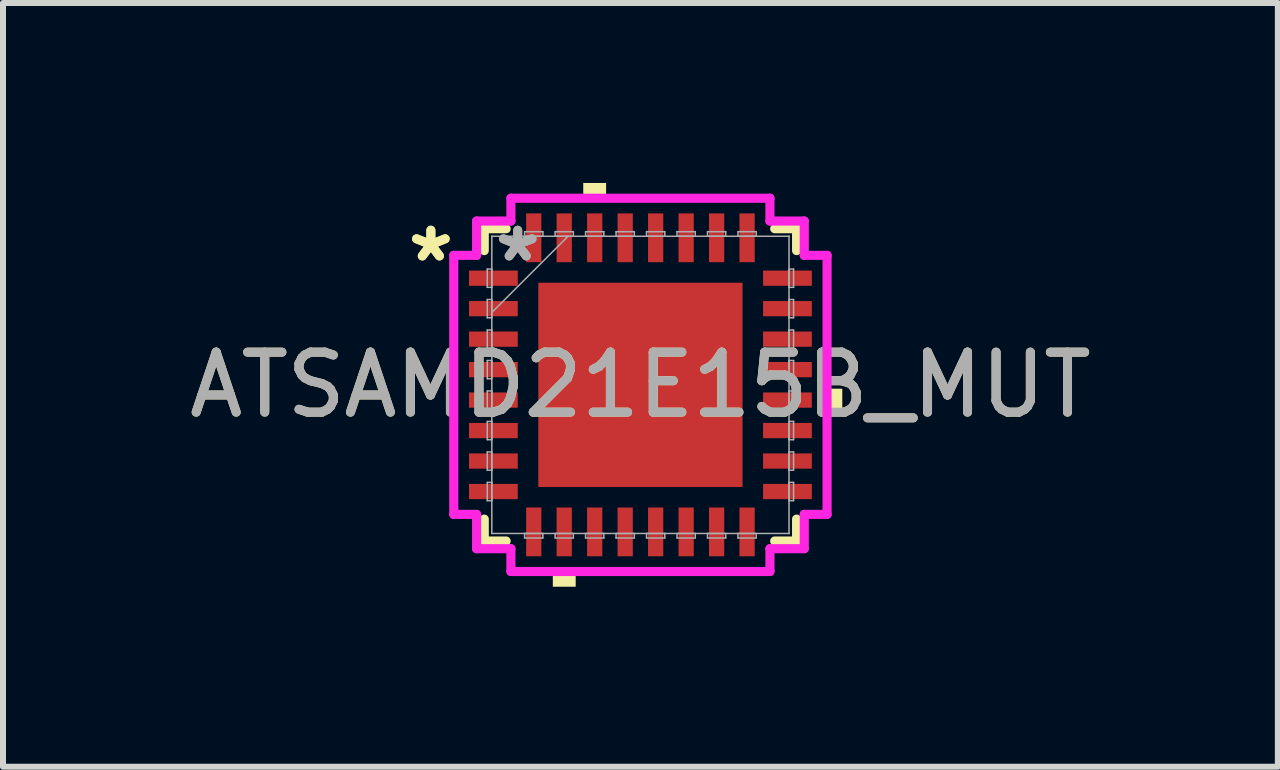
<source format=kicad_pcb>
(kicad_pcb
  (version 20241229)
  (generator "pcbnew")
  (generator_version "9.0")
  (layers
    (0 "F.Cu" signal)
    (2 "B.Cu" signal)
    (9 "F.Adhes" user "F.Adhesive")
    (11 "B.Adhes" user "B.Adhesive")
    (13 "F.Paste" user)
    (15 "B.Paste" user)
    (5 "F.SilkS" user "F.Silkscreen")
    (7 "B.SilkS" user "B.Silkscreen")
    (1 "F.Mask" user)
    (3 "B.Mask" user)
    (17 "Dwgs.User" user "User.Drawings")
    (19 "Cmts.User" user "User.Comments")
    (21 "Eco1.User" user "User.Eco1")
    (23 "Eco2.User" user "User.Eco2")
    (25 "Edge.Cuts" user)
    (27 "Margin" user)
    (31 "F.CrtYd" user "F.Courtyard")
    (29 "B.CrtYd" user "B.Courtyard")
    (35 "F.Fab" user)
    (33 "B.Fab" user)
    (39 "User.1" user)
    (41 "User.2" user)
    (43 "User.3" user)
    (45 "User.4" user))
  (footprint "ATSAMD21E15B_MUT"
    (layer "F.Cu")
    (at 7.625 3.365)
    (property "Reference" "ATSAMD21E15B_MUT" (at 0 0 0) (unlocked yes) (layer "F.SilkS") (effects (font (size 1 1) (thickness 0.15))))
    (attr smd)
    (fp_line (start -2.603 -2.603) (end -2.603 -2.238) (stroke (width 0.152) (type solid)) (layer "F.SilkS"))
    (fp_line (start -2.603 2.238) (end -2.603 2.603) (stroke (width 0.152) (type solid)) (layer "F.SilkS"))
    (fp_line (start -2.603 2.603) (end -2.238 2.603) (stroke (width 0.152) (type solid)) (layer "F.SilkS"))
    (fp_line (start -2.238 -2.603) (end -2.603 -2.603) (stroke (width 0.152) (type solid)) (layer "F.SilkS"))
    (fp_line (start 2.238 2.603) (end 2.603 2.603) (stroke (width 0.152) (type solid)) (layer "F.SilkS"))
    (fp_line (start 2.603 -2.603) (end 2.238 -2.603) (stroke (width 0.152) (type solid)) (layer "F.SilkS"))
    (fp_line (start 2.603 -2.238) (end 2.603 -2.603) (stroke (width 0.152) (type solid)) (layer "F.SilkS"))
    (fp_line (start 2.603 2.603) (end 2.603 2.238) (stroke (width 0.152) (type solid)) (layer "F.SilkS"))
    (fp_poly (pts (xy -1.46 3.111) (xy -1.46 3.365) (xy -1.079 3.365) (xy -1.079 3.111)) (stroke (width 0) (type solid)) (fill yes) (layer "F.SilkS"))
    (fp_poly (pts (xy -0.953 -3.111) (xy -0.953 -3.365) (xy -0.572 -3.365) (xy -0.572 -3.111)) (stroke (width 0) (type solid)) (fill yes) (layer "F.SilkS"))
    (fp_poly (pts (xy 3.365 0.064) (xy 3.365 0.445) (xy 3.111 0.445) (xy 3.111 0.064)) (stroke (width 0) (type solid)) (fill yes) (layer "F.SilkS"))
    (fp_poly (pts (xy -1.602 -1.602) (xy -1.602 -0.1) (xy -0.1 -0.1) (xy -0.1 -1.602)) (stroke (width 0) (type solid)) (fill yes) (layer "F.Paste"))
    (fp_poly (pts (xy -1.602 0.1) (xy -1.602 1.602) (xy -0.1 1.602) (xy -0.1 0.1)) (stroke (width 0) (type solid)) (fill yes) (layer "F.Paste"))
    (fp_poly (pts (xy 0.1 -1.602) (xy 0.1 -0.1) (xy 1.602 -0.1) (xy 1.602 -1.602)) (stroke (width 0) (type solid)) (fill yes) (layer "F.Paste"))
    (fp_poly (pts (xy 0.1 0.1) (xy 0.1 1.602) (xy 1.602 1.602) (xy 1.602 0.1)) (stroke (width 0) (type solid)) (fill yes) (layer "F.Paste"))
    (fp_line (start -3.111 -2.159) (end -2.731 -2.159) (stroke (width 0.152) (type solid)) (layer "F.CrtYd"))
    (fp_line (start -3.111 2.159) (end -3.111 -2.159) (stroke (width 0.152) (type solid)) (layer "F.CrtYd"))
    (fp_line (start -2.731 -2.731) (end -2.159 -2.731) (stroke (width 0.152) (type solid)) (layer "F.CrtYd"))
    (fp_line (start -2.731 -2.159) (end -2.731 -2.731) (stroke (width 0.152) (type solid)) (layer "F.CrtYd"))
    (fp_line (start -2.731 2.159) (end -3.111 2.159) (stroke (width 0.152) (type solid)) (layer "F.CrtYd"))
    (fp_line (start -2.731 2.731) (end -2.731 2.159) (stroke (width 0.152) (type solid)) (layer "F.CrtYd"))
    (fp_line (start -2.159 -3.111) (end 2.159 -3.111) (stroke (width 0.152) (type solid)) (layer "F.CrtYd"))
    (fp_line (start -2.159 -2.731) (end -2.159 -3.111) (stroke (width 0.152) (type solid)) (layer "F.CrtYd"))
    (fp_line (start -2.159 2.731) (end -2.731 2.731) (stroke (width 0.152) (type solid)) (layer "F.CrtYd"))
    (fp_line (start -2.159 3.111) (end -2.159 2.731) (stroke (width 0.152) (type solid)) (layer "F.CrtYd"))
    (fp_line (start 2.159 -3.111) (end 2.159 -2.731) (stroke (width 0.152) (type solid)) (layer "F.CrtYd"))
    (fp_line (start 2.159 -2.731) (end 2.731 -2.731) (stroke (width 0.152) (type solid)) (layer "F.CrtYd"))
    (fp_line (start 2.159 2.731) (end 2.159 3.111) (stroke (width 0.152) (type solid)) (layer "F.CrtYd"))
    (fp_line (start 2.159 3.111) (end -2.159 3.111) (stroke (width 0.152) (type solid)) (layer "F.CrtYd"))
    (fp_line (start 2.731 -2.731) (end 2.731 -2.159) (stroke (width 0.152) (type solid)) (layer "F.CrtYd"))
    (fp_line (start 2.731 -2.159) (end 3.111 -2.159) (stroke (width 0.152) (type solid)) (layer "F.CrtYd"))
    (fp_line (start 2.731 2.159) (end 2.731 2.731) (stroke (width 0.152) (type solid)) (layer "F.CrtYd"))
    (fp_line (start 2.731 2.731) (end 2.159 2.731) (stroke (width 0.152) (type solid)) (layer "F.CrtYd"))
    (fp_line (start 3.111 -2.159) (end 3.111 2.159) (stroke (width 0.152) (type solid)) (layer "F.CrtYd"))
    (fp_line (start 3.111 2.159) (end 2.731 2.159) (stroke (width 0.152) (type solid)) (layer "F.CrtYd"))
    (fp_line (start -2.553 -1.93) (end -2.553 -1.626) (stroke (width 0.025) (type solid)) (layer "F.Fab"))
    (fp_line (start -2.553 -1.626) (end -2.477 -1.626) (stroke (width 0.025) (type solid)) (layer "F.Fab"))
    (fp_line (start -2.553 -1.422) (end -2.553 -1.118) (stroke (width 0.025) (type solid)) (layer "F.Fab"))
    (fp_line (start -2.553 -1.118) (end -2.477 -1.118) (stroke (width 0.025) (type solid)) (layer "F.Fab"))
    (fp_line (start -2.553 -0.914) (end -2.553 -0.61) (stroke (width 0.025) (type solid)) (layer "F.Fab"))
    (fp_line (start -2.553 -0.61) (end -2.477 -0.61) (stroke (width 0.025) (type solid)) (layer "F.Fab"))
    (fp_line (start -2.553 -0.406) (end -2.553 -0.102) (stroke (width 0.025) (type solid)) (layer "F.Fab"))
    (fp_line (start -2.553 -0.102) (end -2.477 -0.102) (stroke (width 0.025) (type solid)) (layer "F.Fab"))
    (fp_line (start -2.553 0.102) (end -2.553 0.406) (stroke (width 0.025) (type solid)) (layer "F.Fab"))
    (fp_line (start -2.553 0.406) (end -2.477 0.406) (stroke (width 0.025) (type solid)) (layer "F.Fab"))
    (fp_line (start -2.553 0.61) (end -2.553 0.914) (stroke (width 0.025) (type solid)) (layer "F.Fab"))
    (fp_line (start -2.553 0.914) (end -2.477 0.914) (stroke (width 0.025) (type solid)) (layer "F.Fab"))
    (fp_line (start -2.553 1.118) (end -2.553 1.422) (stroke (width 0.025) (type solid)) (layer "F.Fab"))
    (fp_line (start -2.553 1.422) (end -2.477 1.422) (stroke (width 0.025) (type solid)) (layer "F.Fab"))
    (fp_line (start -2.553 1.626) (end -2.553 1.93) (stroke (width 0.025) (type solid)) (layer "F.Fab"))
    (fp_line (start -2.553 1.93) (end -2.477 1.93) (stroke (width 0.025) (type solid)) (layer "F.Fab"))
    (fp_line (start -2.477 -2.477) (end -2.477 -2.477) (stroke (width 0.025) (type solid)) (layer "F.Fab"))
    (fp_line (start -2.477 -2.477) (end -2.477 2.477) (stroke (width 0.025) (type solid)) (layer "F.Fab"))
    (fp_line (start -2.477 -1.93) (end -2.553 -1.93) (stroke (width 0.025) (type solid)) (layer "F.Fab"))
    (fp_line (start -2.477 -1.626) (end -2.477 -1.93) (stroke (width 0.025) (type solid)) (layer "F.Fab"))
    (fp_line (start -2.477 -1.422) (end -2.553 -1.422) (stroke (width 0.025) (type solid)) (layer "F.Fab"))
    (fp_line (start -2.477 -1.206) (end -1.206 -2.477) (stroke (width 0.025) (type solid)) (layer "F.Fab"))
    (fp_line (start -2.477 -1.118) (end -2.477 -1.422) (stroke (width 0.025) (type solid)) (layer "F.Fab"))
    (fp_line (start -2.477 -0.914) (end -2.553 -0.914) (stroke (width 0.025) (type solid)) (layer "F.Fab"))
    (fp_line (start -2.477 -0.61) (end -2.477 -0.914) (stroke (width 0.025) (type solid)) (layer "F.Fab"))
    (fp_line (start -2.477 -0.406) (end -2.553 -0.406) (stroke (width 0.025) (type solid)) (layer "F.Fab"))
    (fp_line (start -2.477 -0.102) (end -2.477 -0.406) (stroke (width 0.025) (type solid)) (layer "F.Fab"))
    (fp_line (start -2.477 0.102) (end -2.553 0.102) (stroke (width 0.025) (type solid)) (layer "F.Fab"))
    (fp_line (start -2.477 0.406) (end -2.477 0.102) (stroke (width 0.025) (type solid)) (layer "F.Fab"))
    (fp_line (start -2.477 0.61) (end -2.553 0.61) (stroke (width 0.025) (type solid)) (layer "F.Fab"))
    (fp_line (start -2.477 0.914) (end -2.477 0.61) (stroke (width 0.025) (type solid)) (layer "F.Fab"))
    (fp_line (start -2.477 1.118) (end -2.553 1.118) (stroke (width 0.025) (type solid)) (layer "F.Fab"))
    (fp_line (start -2.477 1.422) (end -2.477 1.118) (stroke (width 0.025) (type solid)) (layer "F.Fab"))
    (fp_line (start -2.477 1.626) (end -2.553 1.626) (stroke (width 0.025) (type solid)) (layer "F.Fab"))
    (fp_line (start -2.477 1.93) (end -2.477 1.626) (stroke (width 0.025) (type solid)) (layer "F.Fab"))
    (fp_line (start -2.477 2.477) (end -2.477 2.477) (stroke (width 0.025) (type solid)) (layer "F.Fab"))
    (fp_line (start -2.477 2.477) (end 2.477 2.477) (stroke (width 0.025) (type solid)) (layer "F.Fab"))
    (fp_line (start -1.93 -2.553) (end -1.93 -2.477) (stroke (width 0.025) (type solid)) (layer "F.Fab"))
    (fp_line (start -1.93 -2.477) (end -1.626 -2.477) (stroke (width 0.025) (type solid)) (layer "F.Fab"))
    (fp_line (start -1.93 2.477) (end -1.93 2.553) (stroke (width 0.025) (type solid)) (layer "F.Fab"))
    (fp_line (start -1.93 2.553) (end -1.626 2.553) (stroke (width 0.025) (type solid)) (layer "F.Fab"))
    (fp_line (start -1.626 -2.553) (end -1.93 -2.553) (stroke (width 0.025) (type solid)) (layer "F.Fab"))
    (fp_line (start -1.626 -2.477) (end -1.626 -2.553) (stroke (width 0.025) (type solid)) (layer "F.Fab"))
    (fp_line (start -1.626 2.477) (end -1.93 2.477) (stroke (width 0.025) (type solid)) (layer "F.Fab"))
    (fp_line (start -1.626 2.553) (end -1.626 2.477) (stroke (width 0.025) (type solid)) (layer "F.Fab"))
    (fp_line (start -1.422 -2.553) (end -1.422 -2.477) (stroke (width 0.025) (type solid)) (layer "F.Fab"))
    (fp_line (start -1.422 -2.477) (end -1.118 -2.477) (stroke (width 0.025) (type solid)) (layer "F.Fab"))
    (fp_line (start -1.422 2.477) (end -1.422 2.553) (stroke (width 0.025) (type solid)) (layer "F.Fab"))
    (fp_line (start -1.422 2.553) (end -1.118 2.553) (stroke (width 0.025) (type solid)) (layer "F.Fab"))
    (fp_line (start -1.118 -2.553) (end -1.422 -2.553) (stroke (width 0.025) (type solid)) (layer "F.Fab"))
    (fp_line (start -1.118 -2.477) (end -1.118 -2.553) (stroke (width 0.025) (type solid)) (layer "F.Fab"))
    (fp_line (start -1.118 2.477) (end -1.422 2.477) (stroke (width 0.025) (type solid)) (layer "F.Fab"))
    (fp_line (start -1.118 2.553) (end -1.118 2.477) (stroke (width 0.025) (type solid)) (layer "F.Fab"))
    (fp_line (start -0.914 -2.553) (end -0.914 -2.477) (stroke (width 0.025) (type solid)) (layer "F.Fab"))
    (fp_line (start -0.914 -2.477) (end -0.61 -2.477) (stroke (width 0.025) (type solid)) (layer "F.Fab"))
    (fp_line (start -0.914 2.477) (end -0.914 2.553) (stroke (width 0.025) (type solid)) (layer "F.Fab"))
    (fp_line (start -0.914 2.553) (end -0.61 2.553) (stroke (width 0.025) (type solid)) (layer "F.Fab"))
    (fp_line (start -0.61 -2.553) (end -0.914 -2.553) (stroke (width 0.025) (type solid)) (layer "F.Fab"))
    (fp_line (start -0.61 -2.477) (end -0.61 -2.553) (stroke (width 0.025) (type solid)) (layer "F.Fab"))
    (fp_line (start -0.61 2.477) (end -0.914 2.477) (stroke (width 0.025) (type solid)) (layer "F.Fab"))
    (fp_line (start -0.61 2.553) (end -0.61 2.477) (stroke (width 0.025) (type solid)) (layer "F.Fab"))
    (fp_line (start -0.406 -2.553) (end -0.406 -2.477) (stroke (width 0.025) (type solid)) (layer "F.Fab"))
    (fp_line (start -0.406 -2.477) (end -0.102 -2.477) (stroke (width 0.025) (type solid)) (layer "F.Fab"))
    (fp_line (start -0.406 2.477) (end -0.406 2.553) (stroke (width 0.025) (type solid)) (layer "F.Fab"))
    (fp_line (start -0.406 2.553) (end -0.102 2.553) (stroke (width 0.025) (type solid)) (layer "F.Fab"))
    (fp_line (start -0.102 -2.553) (end -0.406 -2.553) (stroke (width 0.025) (type solid)) (layer "F.Fab"))
    (fp_line (start -0.102 -2.477) (end -0.102 -2.553) (stroke (width 0.025) (type solid)) (layer "F.Fab"))
    (fp_line (start -0.102 2.477) (end -0.406 2.477) (stroke (width 0.025) (type solid)) (layer "F.Fab"))
    (fp_line (start -0.102 2.553) (end -0.102 2.477) (stroke (width 0.025) (type solid)) (layer "F.Fab"))
    (fp_line (start 0.102 -2.553) (end 0.102 -2.477) (stroke (width 0.025) (type solid)) (layer "F.Fab"))
    (fp_line (start 0.102 -2.477) (end 0.406 -2.477) (stroke (width 0.025) (type solid)) (layer "F.Fab"))
    (fp_line (start 0.102 2.477) (end 0.102 2.553) (stroke (width 0.025) (type solid)) (layer "F.Fab"))
    (fp_line (start 0.102 2.553) (end 0.406 2.553) (stroke (width 0.025) (type solid)) (layer "F.Fab"))
    (fp_line (start 0.406 -2.553) (end 0.102 -2.553) (stroke (width 0.025) (type solid)) (layer "F.Fab"))
    (fp_line (start 0.406 -2.477) (end 0.406 -2.553) (stroke (width 0.025) (type solid)) (layer "F.Fab"))
    (fp_line (start 0.406 2.477) (end 0.102 2.477) (stroke (width 0.025) (type solid)) (layer "F.Fab"))
    (fp_line (start 0.406 2.553) (end 0.406 2.477) (stroke (width 0.025) (type solid)) (layer "F.Fab"))
    (fp_line (start 0.61 -2.553) (end 0.61 -2.477) (stroke (width 0.025) (type solid)) (layer "F.Fab"))
    (fp_line (start 0.61 -2.477) (end 0.914 -2.477) (stroke (width 0.025) (type solid)) (layer "F.Fab"))
    (fp_line (start 0.61 2.477) (end 0.61 2.553) (stroke (width 0.025) (type solid)) (layer "F.Fab"))
    (fp_line (start 0.61 2.553) (end 0.914 2.553) (stroke (width 0.025) (type solid)) (layer "F.Fab"))
    (fp_line (start 0.914 -2.553) (end 0.61 -2.553) (stroke (width 0.025) (type solid)) (layer "F.Fab"))
    (fp_line (start 0.914 -2.477) (end 0.914 -2.553) (stroke (width 0.025) (type solid)) (layer "F.Fab"))
    (fp_line (start 0.914 2.477) (end 0.61 2.477) (stroke (width 0.025) (type solid)) (layer "F.Fab"))
    (fp_line (start 0.914 2.553) (end 0.914 2.477) (stroke (width 0.025) (type solid)) (layer "F.Fab"))
    (fp_line (start 1.118 -2.553) (end 1.118 -2.477) (stroke (width 0.025) (type solid)) (layer "F.Fab"))
    (fp_line (start 1.118 -2.477) (end 1.422 -2.477) (stroke (width 0.025) (type solid)) (layer "F.Fab"))
    (fp_line (start 1.118 2.477) (end 1.118 2.553) (stroke (width 0.025) (type solid)) (layer "F.Fab"))
    (fp_line (start 1.118 2.553) (end 1.422 2.553) (stroke (width 0.025) (type solid)) (layer "F.Fab"))
    (fp_line (start 1.422 -2.553) (end 1.118 -2.553) (stroke (width 0.025) (type solid)) (layer "F.Fab"))
    (fp_line (start 1.422 -2.477) (end 1.422 -2.553) (stroke (width 0.025) (type solid)) (layer "F.Fab"))
    (fp_line (start 1.422 2.477) (end 1.118 2.477) (stroke (width 0.025) (type solid)) (layer "F.Fab"))
    (fp_line (start 1.422 2.553) (end 1.422 2.477) (stroke (width 0.025) (type solid)) (layer "F.Fab"))
    (fp_line (start 1.626 -2.553) (end 1.626 -2.477) (stroke (width 0.025) (type solid)) (layer "F.Fab"))
    (fp_line (start 1.626 -2.477) (end 1.93 -2.477) (stroke (width 0.025) (type solid)) (layer "F.Fab"))
    (fp_line (start 1.626 2.477) (end 1.626 2.553) (stroke (width 0.025) (type solid)) (layer "F.Fab"))
    (fp_line (start 1.626 2.553) (end 1.93 2.553) (stroke (width 0.025) (type solid)) (layer "F.Fab"))
    (fp_line (start 1.93 -2.553) (end 1.626 -2.553) (stroke (width 0.025) (type solid)) (layer "F.Fab"))
    (fp_line (start 1.93 -2.477) (end 1.93 -2.553) (stroke (width 0.025) (type solid)) (layer "F.Fab"))
    (fp_line (start 1.93 2.477) (end 1.626 2.477) (stroke (width 0.025) (type solid)) (layer "F.Fab"))
    (fp_line (start 1.93 2.553) (end 1.93 2.477) (stroke (width 0.025) (type solid)) (layer "F.Fab"))
    (fp_line (start 2.477 -2.477) (end -2.477 -2.477) (stroke (width 0.025) (type solid)) (layer "F.Fab"))
    (fp_line (start 2.477 -2.477) (end 2.477 -2.477) (stroke (width 0.025) (type solid)) (layer "F.Fab"))
    (fp_line (start 2.477 -1.93) (end 2.477 -1.626) (stroke (width 0.025) (type solid)) (layer "F.Fab"))
    (fp_line (start 2.477 -1.626) (end 2.553 -1.626) (stroke (width 0.025) (type solid)) (layer "F.Fab"))
    (fp_line (start 2.477 -1.422) (end 2.477 -1.118) (stroke (width 0.025) (type solid)) (layer "F.Fab"))
    (fp_line (start 2.477 -1.118) (end 2.553 -1.118) (stroke (width 0.025) (type solid)) (layer "F.Fab"))
    (fp_line (start 2.477 -0.914) (end 2.477 -0.61) (stroke (width 0.025) (type solid)) (layer "F.Fab"))
    (fp_line (start 2.477 -0.61) (end 2.553 -0.61) (stroke (width 0.025) (type solid)) (layer "F.Fab"))
    (fp_line (start 2.477 -0.406) (end 2.477 -0.102) (stroke (width 0.025) (type solid)) (layer "F.Fab"))
    (fp_line (start 2.477 -0.102) (end 2.553 -0.102) (stroke (width 0.025) (type solid)) (layer "F.Fab"))
    (fp_line (start 2.477 0.102) (end 2.477 0.406) (stroke (width 0.025) (type solid)) (layer "F.Fab"))
    (fp_line (start 2.477 0.406) (end 2.553 0.406) (stroke (width 0.025) (type solid)) (layer "F.Fab"))
    (fp_line (start 2.477 0.61) (end 2.477 0.914) (stroke (width 0.025) (type solid)) (layer "F.Fab"))
    (fp_line (start 2.477 0.914) (end 2.553 0.914) (stroke (width 0.025) (type solid)) (layer "F.Fab"))
    (fp_line (start 2.477 1.118) (end 2.477 1.422) (stroke (width 0.025) (type solid)) (layer "F.Fab"))
    (fp_line (start 2.477 1.422) (end 2.553 1.422) (stroke (width 0.025) (type solid)) (layer "F.Fab"))
    (fp_line (start 2.477 1.626) (end 2.477 1.93) (stroke (width 0.025) (type solid)) (layer "F.Fab"))
    (fp_line (start 2.477 1.93) (end 2.553 1.93) (stroke (width 0.025) (type solid)) (layer "F.Fab"))
    (fp_line (start 2.477 2.477) (end 2.477 -2.477) (stroke (width 0.025) (type solid)) (layer "F.Fab"))
    (fp_line (start 2.477 2.477) (end 2.477 2.477) (stroke (width 0.025) (type solid)) (layer "F.Fab"))
    (fp_line (start 2.553 -1.93) (end 2.477 -1.93) (stroke (width 0.025) (type solid)) (layer "F.Fab"))
    (fp_line (start 2.553 -1.626) (end 2.553 -1.93) (stroke (width 0.025) (type solid)) (layer "F.Fab"))
    (fp_line (start 2.553 -1.422) (end 2.477 -1.422) (stroke (width 0.025) (type solid)) (layer "F.Fab"))
    (fp_line (start 2.553 -1.118) (end 2.553 -1.422) (stroke (width 0.025) (type solid)) (layer "F.Fab"))
    (fp_line (start 2.553 -0.914) (end 2.477 -0.914) (stroke (width 0.025) (type solid)) (layer "F.Fab"))
    (fp_line (start 2.553 -0.61) (end 2.553 -0.914) (stroke (width 0.025) (type solid)) (layer "F.Fab"))
    (fp_line (start 2.553 -0.406) (end 2.477 -0.406) (stroke (width 0.025) (type solid)) (layer "F.Fab"))
    (fp_line (start 2.553 -0.102) (end 2.553 -0.406) (stroke (width 0.025) (type solid)) (layer "F.Fab"))
    (fp_line (start 2.553 0.102) (end 2.477 0.102) (stroke (width 0.025) (type solid)) (layer "F.Fab"))
    (fp_line (start 2.553 0.406) (end 2.553 0.102) (stroke (width 0.025) (type solid)) (layer "F.Fab"))
    (fp_line (start 2.553 0.61) (end 2.477 0.61) (stroke (width 0.025) (type solid)) (layer "F.Fab"))
    (fp_line (start 2.553 0.914) (end 2.553 0.61) (stroke (width 0.025) (type solid)) (layer "F.Fab"))
    (fp_line (start 2.553 1.118) (end 2.477 1.118) (stroke (width 0.025) (type solid)) (layer "F.Fab"))
    (fp_line (start 2.553 1.422) (end 2.553 1.118) (stroke (width 0.025) (type solid)) (layer "F.Fab"))
    (fp_line (start 2.553 1.626) (end 2.477 1.626) (stroke (width 0.025) (type solid)) (layer "F.Fab"))
    (fp_line (start 2.553 1.93) (end 2.553 1.626) (stroke (width 0.025) (type solid)) (layer "F.Fab"))
    (fp_text user "*" (at -3.493 -2.032 0) (layer "F.SilkS") (effects (font (size 1 1) (thickness 0.15))))
    (fp_text user "*" (at -3.493 -2.032 0) (unlocked yes) (layer "F.SilkS") (effects (font (size 1 1) (thickness 0.15))))
    (fp_text user "*" (at -2.045 -2.032 0) (unlocked yes) (layer "F.Fab") (effects (font (size 1 1) (thickness 0.15))))
    (fp_text user "*" (at -2.045 -2.032 0) (layer "F.Fab") (effects (font (size 1 1) (thickness 0.15))))
    (fp_text user "${REFERENCE}" (at 0 0 0) (unlocked yes) (layer "F.Fab") (effects (font (size 1 1) (thickness 0.15))))
    (pad "1" smd rect (at -2.451 -1.778 90) (size 0.254 0.813) (layers "F.Cu" "F.Mask" "F.Paste"))
    (pad "2" smd rect (at -2.451 -1.27 90) (size 0.254 0.813) (layers "F.Cu" "F.Mask" "F.Paste"))
    (pad "3" smd rect (at -2.451 -0.762 90) (size 0.254 0.813) (layers "F.Cu" "F.Mask" "F.Paste"))
    (pad "4" smd rect (at -2.451 -0.254 90) (size 0.254 0.813) (layers "F.Cu" "F.Mask" "F.Paste"))
    (pad "5" smd rect (at -2.451 0.254 90) (size 0.254 0.813) (layers "F.Cu" "F.Mask" "F.Paste"))
    (pad "6" smd rect (at -2.451 0.762 90) (size 0.254 0.813) (layers "F.Cu" "F.Mask" "F.Paste"))
    (pad "7" smd rect (at -2.451 1.27 90) (size 0.254 0.813) (layers "F.Cu" "F.Mask" "F.Paste"))
    (pad "8" smd rect (at -2.451 1.778 90) (size 0.254 0.813) (layers "F.Cu" "F.Mask" "F.Paste"))
    (pad "9" smd rect (at -1.778 2.451) (size 0.254 0.813) (layers "F.Cu" "F.Mask" "F.Paste"))
    (pad "10" smd rect (at -1.27 2.451) (size 0.254 0.813) (layers "F.Cu" "F.Mask" "F.Paste"))
    (pad "11" smd rect (at -0.762 2.451) (size 0.254 0.813) (layers "F.Cu" "F.Mask" "F.Paste"))
    (pad "12" smd rect (at -0.254 2.451) (size 0.254 0.813) (layers "F.Cu" "F.Mask" "F.Paste"))
    (pad "13" smd rect (at 0.254 2.451) (size 0.254 0.813) (layers "F.Cu" "F.Mask" "F.Paste"))
    (pad "14" smd rect (at 0.762 2.451) (size 0.254 0.813) (layers "F.Cu" "F.Mask" "F.Paste"))
    (pad "15" smd rect (at 1.27 2.451) (size 0.254 0.813) (layers "F.Cu" "F.Mask" "F.Paste"))
    (pad "16" smd rect (at 1.778 2.451) (size 0.254 0.813) (layers "F.Cu" "F.Mask" "F.Paste"))
    (pad "17" smd rect (at 2.451 1.778 90) (size 0.254 0.813) (layers "F.Cu" "F.Mask" "F.Paste"))
    (pad "18" smd rect (at 2.451 1.27 90) (size 0.254 0.813) (layers "F.Cu" "F.Mask" "F.Paste"))
    (pad "19" smd rect (at 2.451 0.762 90) (size 0.254 0.813) (layers "F.Cu" "F.Mask" "F.Paste"))
    (pad "20" smd rect (at 2.451 0.254 90) (size 0.254 0.813) (layers "F.Cu" "F.Mask" "F.Paste"))
    (pad "21" smd rect (at 2.451 -0.254 90) (size 0.254 0.813) (layers "F.Cu" "F.Mask" "F.Paste"))
    (pad "22" smd rect (at 2.451 -0.762 90) (size 0.254 0.813) (layers "F.Cu" "F.Mask" "F.Paste"))
    (pad "23" smd rect (at 2.451 -1.27 90) (size 0.254 0.813) (layers "F.Cu" "F.Mask" "F.Paste"))
    (pad "24" smd rect (at 2.451 -1.778 90) (size 0.254 0.813) (layers "F.Cu" "F.Mask" "F.Paste"))
    (pad "25" smd rect (at 1.778 -2.451) (size 0.254 0.813) (layers "F.Cu" "F.Mask" "F.Paste"))
    (pad "26" smd rect (at 1.27 -2.451) (size 0.254 0.813) (layers "F.Cu" "F.Mask" "F.Paste"))
    (pad "27" smd rect (at 0.762 -2.451) (size 0.254 0.813) (layers "F.Cu" "F.Mask" "F.Paste"))
    (pad "28" smd rect (at 0.254 -2.451) (size 0.254 0.813) (layers "F.Cu" "F.Mask" "F.Paste"))
    (pad "29" smd rect (at -0.254 -2.451) (size 0.254 0.813) (layers "F.Cu" "F.Mask" "F.Paste"))
    (pad "30" smd rect (at -0.762 -2.451) (size 0.254 0.813) (layers "F.Cu" "F.Mask" "F.Paste"))
    (pad "31" smd rect (at -1.27 -2.451) (size 0.254 0.813) (layers "F.Cu" "F.Mask" "F.Paste"))
    (pad "32" smd rect (at -1.778 -2.451) (size 0.254 0.813) (layers "F.Cu" "F.Mask" "F.Paste"))
    (pad "33" smd rect (at 0 0) (size 3.404 3.404) (layers "F.Cu" "F.Mask" "F.Paste")))
  (gr_rect
    (start -3 -3)
    (end 18.25 9.731)
    (stroke (width 0.1) (type default))
    (fill no)
    (layer "Edge.Cuts")))
</source>
